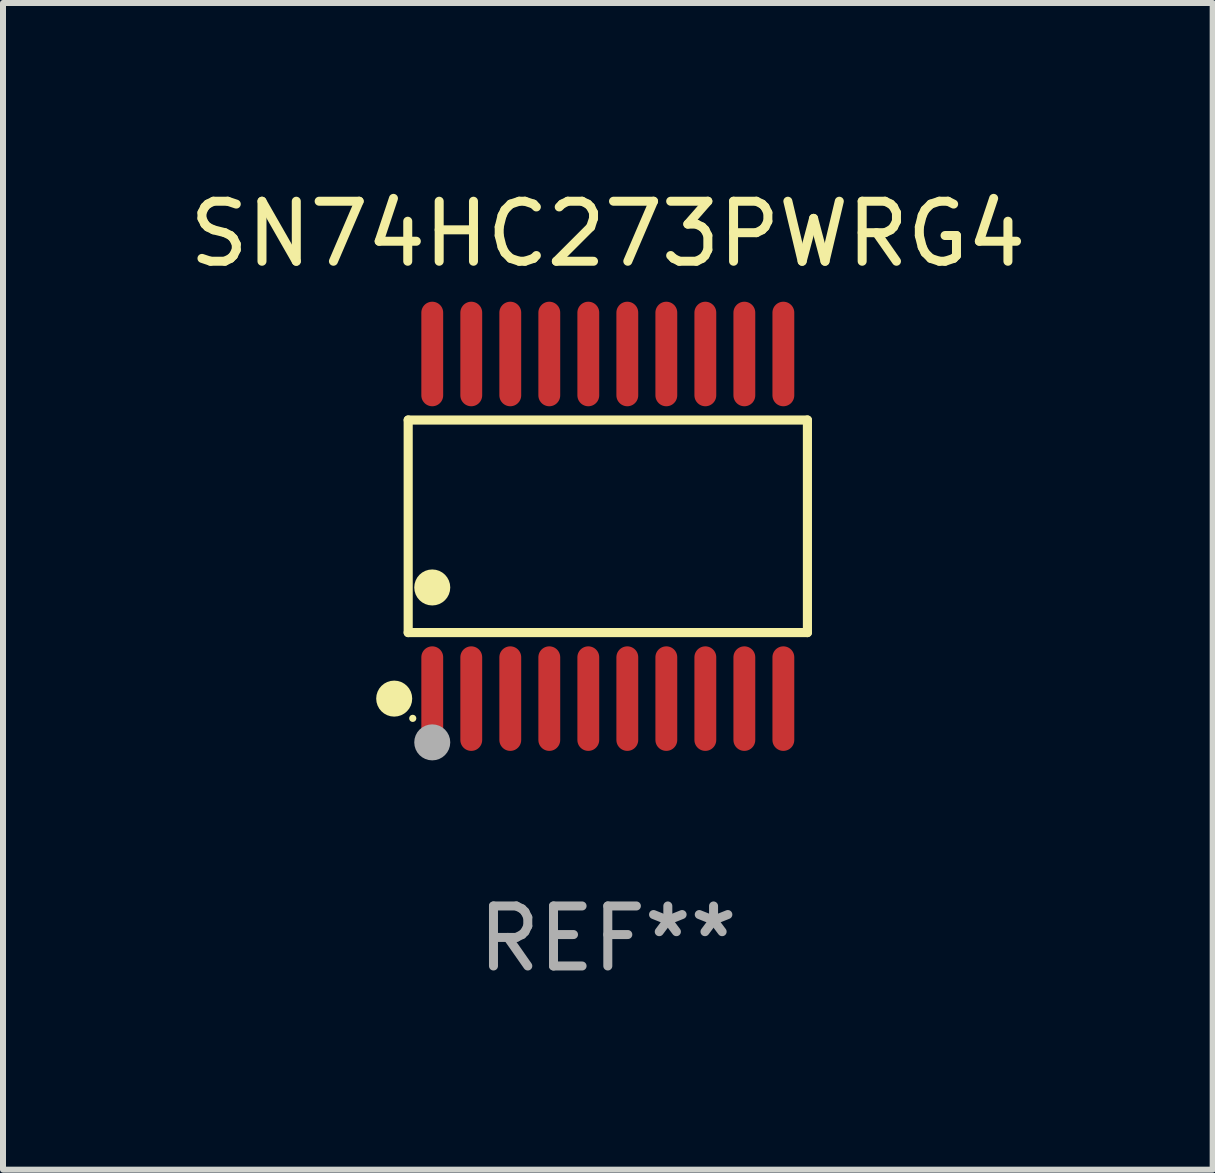
<source format=kicad_pcb>
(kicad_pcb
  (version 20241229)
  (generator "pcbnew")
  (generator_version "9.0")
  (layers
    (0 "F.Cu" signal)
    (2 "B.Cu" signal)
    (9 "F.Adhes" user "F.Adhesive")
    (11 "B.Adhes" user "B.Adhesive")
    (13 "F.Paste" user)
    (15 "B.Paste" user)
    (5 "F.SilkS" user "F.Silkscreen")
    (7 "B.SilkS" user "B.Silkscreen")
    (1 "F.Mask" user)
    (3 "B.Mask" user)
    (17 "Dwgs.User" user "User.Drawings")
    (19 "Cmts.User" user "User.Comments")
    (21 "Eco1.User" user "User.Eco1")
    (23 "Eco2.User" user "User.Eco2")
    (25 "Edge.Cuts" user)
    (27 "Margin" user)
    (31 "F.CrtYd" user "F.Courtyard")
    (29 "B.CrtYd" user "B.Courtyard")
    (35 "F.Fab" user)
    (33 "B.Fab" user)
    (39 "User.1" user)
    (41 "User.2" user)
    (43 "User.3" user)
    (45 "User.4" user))
  (footprint "SN74HC273PWRG4"
    (layer "F.Cu")
    (at 7.077 5.719)
    (property "Reference" "SN74HC273PWRG4" (at 0 -4.871 0) (layer "F.SilkS") (effects (font (size 1 1) (thickness 0.15))))
    (attr through_hole)
    (fp_line (start -3.326 -1.771) (end 3.326 -1.771) (stroke (width 0.152) (type solid)) (layer "F.SilkS"))
    (fp_line (start -3.326 1.771) (end -3.326 -1.771) (stroke (width 0.152) (type solid)) (layer "F.SilkS"))
    (fp_line (start 3.326 -1.771) (end 3.326 1.771) (stroke (width 0.152) (type solid)) (layer "F.SilkS"))
    (fp_line (start 3.326 1.771) (end -3.326 1.771) (stroke (width 0.152) (type solid)) (layer "F.SilkS"))
    (fp_circle (center -3.559 2.871) (end -3.409 2.871) (stroke (width 0.3) (type solid)) (fill no) (layer "F.SilkS"))
    (fp_circle (center -3.25 3.2) (end -3.22 3.2) (stroke (width 0.06) (type solid)) (fill no) (layer "F.SilkS"))
    (fp_circle (center -2.925 1.019) (end -2.775 1.019) (stroke (width 0.3) (type solid)) (fill no) (layer "F.SilkS"))
    (fp_circle (center -2.925 3.6) (end -2.775 3.6) (stroke (width 0.3) (type solid)) (fill no) (layer "F.Fab"))
    (fp_text user "REF**" (at 0 6.871 0) (layer "F.Fab") (effects (font (size 1 1) (thickness 0.15))))
    (pad "1" smd oval (at -2.925 2.871) (size 0.364 1.742) (layers "F.Cu" "F.Mask" "F.Paste"))
    (pad "2" smd oval (at -2.275 2.871) (size 0.364 1.742) (layers "F.Cu" "F.Mask" "F.Paste"))
    (pad "3" smd oval (at -1.625 2.871) (size 0.364 1.742) (layers "F.Cu" "F.Mask" "F.Paste"))
    (pad "4" smd oval (at -0.975 2.871) (size 0.364 1.742) (layers "F.Cu" "F.Mask" "F.Paste"))
    (pad "5" smd oval (at -0.325 2.871) (size 0.364 1.742) (layers "F.Cu" "F.Mask" "F.Paste"))
    (pad "6" smd oval (at 0.325 2.871) (size 0.364 1.742) (layers "F.Cu" "F.Mask" "F.Paste"))
    (pad "7" smd oval (at 0.975 2.871) (size 0.364 1.742) (layers "F.Cu" "F.Mask" "F.Paste"))
    (pad "8" smd oval (at 1.625 2.871) (size 0.364 1.742) (layers "F.Cu" "F.Mask" "F.Paste"))
    (pad "9" smd oval (at 2.275 2.871) (size 0.364 1.742) (layers "F.Cu" "F.Mask" "F.Paste"))
    (pad "10" smd oval (at 2.925 2.871) (size 0.364 1.742) (layers "F.Cu" "F.Mask" "F.Paste"))
    (pad "11" smd oval (at 2.925 -2.871) (size 0.364 1.742) (layers "F.Cu" "F.Mask" "F.Paste"))
    (pad "12" smd oval (at 2.275 -2.871) (size 0.364 1.742) (layers "F.Cu" "F.Mask" "F.Paste"))
    (pad "13" smd oval (at 1.625 -2.871) (size 0.364 1.742) (layers "F.Cu" "F.Mask" "F.Paste"))
    (pad "14" smd oval (at 0.975 -2.871) (size 0.364 1.742) (layers "F.Cu" "F.Mask" "F.Paste"))
    (pad "15" smd oval (at 0.325 -2.871) (size 0.364 1.742) (layers "F.Cu" "F.Mask" "F.Paste"))
    (pad "16" smd oval (at -0.325 -2.871) (size 0.364 1.742) (layers "F.Cu" "F.Mask" "F.Paste"))
    (pad "17" smd oval (at -0.975 -2.871) (size 0.364 1.742) (layers "F.Cu" "F.Mask" "F.Paste"))
    (pad "18" smd oval (at -1.625 -2.871) (size 0.364 1.742) (layers "F.Cu" "F.Mask" "F.Paste"))
    (pad "19" smd oval (at -2.275 -2.871) (size 0.364 1.742) (layers "F.Cu" "F.Mask" "F.Paste"))
    (pad "20" smd oval (at -2.925 -2.871) (size 0.364 1.742) (layers "F.Cu" "F.Mask" "F.Paste")))
  (gr_rect
    (start -3 -3)
    (end 17.155 16.438)
    (stroke (width 0.1) (type default))
    (fill no)
    (layer "Edge.Cuts")))
</source>
